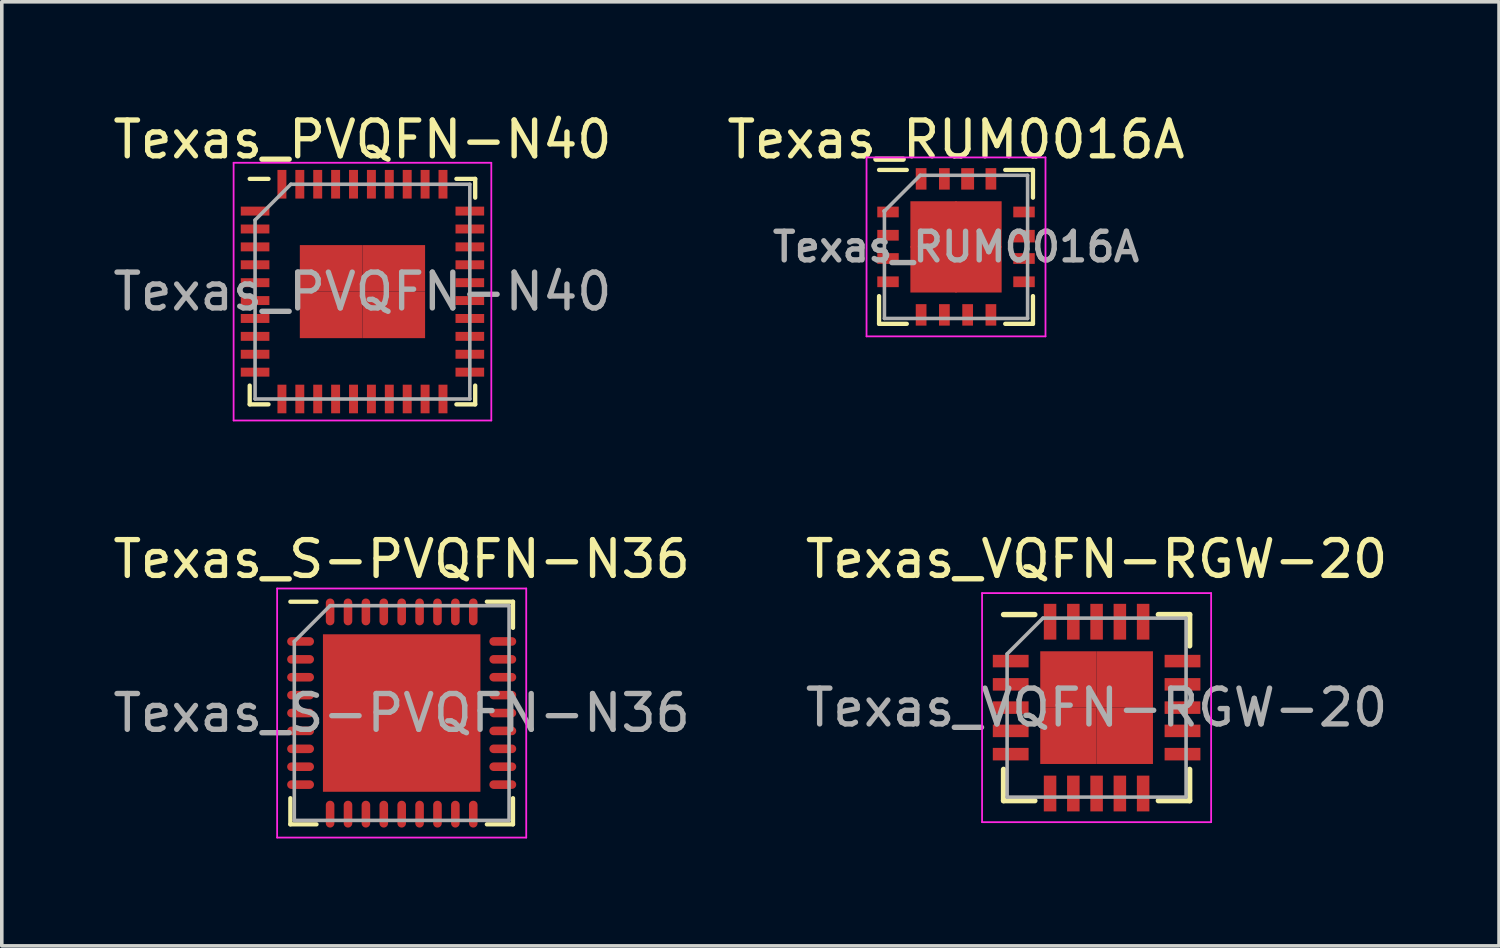
<source format=kicad_pcb>
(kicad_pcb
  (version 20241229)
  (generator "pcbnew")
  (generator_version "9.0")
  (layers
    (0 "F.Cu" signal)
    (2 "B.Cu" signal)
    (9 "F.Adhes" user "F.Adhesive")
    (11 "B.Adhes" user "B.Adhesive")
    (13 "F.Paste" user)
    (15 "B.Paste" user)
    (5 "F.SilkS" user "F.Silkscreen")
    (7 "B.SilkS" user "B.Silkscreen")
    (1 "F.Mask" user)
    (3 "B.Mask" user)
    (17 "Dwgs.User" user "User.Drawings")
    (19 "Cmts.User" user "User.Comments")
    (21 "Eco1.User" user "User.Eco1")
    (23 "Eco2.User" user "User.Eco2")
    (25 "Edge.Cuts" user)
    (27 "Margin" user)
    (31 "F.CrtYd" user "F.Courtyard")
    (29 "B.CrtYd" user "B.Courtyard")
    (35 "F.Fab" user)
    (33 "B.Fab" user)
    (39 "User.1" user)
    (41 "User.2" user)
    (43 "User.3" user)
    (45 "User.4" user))
  (footprint "Texas_RUM0016A"
    (layer "F.Cu")
    (at 23.661 3.848)
    (property "Reference" "Texas_RUM0016A" (at 0 -3 0) (layer "F.SilkS") (effects (font (size 1 1) (thickness 0.15))))
    (attr smd)
    (fp_line (start -2.15 -2.15) (end -1.375 -2.15) (stroke (width 0.12) (type solid)) (layer "F.SilkS"))
    (fp_line (start -2.15 2.15) (end -2.15 1.375) (stroke (width 0.12) (type solid)) (layer "F.SilkS"))
    (fp_line (start -2.15 2.15) (end -1.375 2.15) (stroke (width 0.12) (type solid)) (layer "F.SilkS"))
    (fp_line (start 2.15 -2.15) (end 1.375 -2.15) (stroke (width 0.12) (type solid)) (layer "F.SilkS"))
    (fp_line (start 2.15 -2.15) (end 2.15 -1.375) (stroke (width 0.12) (type solid)) (layer "F.SilkS"))
    (fp_line (start 2.15 2.15) (end 1.375 2.15) (stroke (width 0.12) (type solid)) (layer "F.SilkS"))
    (fp_line (start 2.15 2.15) (end 2.15 1.375) (stroke (width 0.12) (type solid)) (layer "F.SilkS"))
    (fp_line (start -2.5 -2.5) (end -2.5 2.5) (stroke (width 0.05) (type solid)) (layer "F.CrtYd"))
    (fp_line (start -2.5 -2.5) (end 2.5 -2.5) (stroke (width 0.05) (type solid)) (layer "F.CrtYd"))
    (fp_line (start -2.5 2.5) (end 2.5 2.5) (stroke (width 0.05) (type solid)) (layer "F.CrtYd"))
    (fp_line (start 2.5 -2.5) (end 2.5 2.5) (stroke (width 0.05) (type solid)) (layer "F.CrtYd"))
    (fp_line (start -2 -1) (end -2 -1) (stroke (width 0.12) (type solid)) (layer "F.Fab"))
    (fp_line (start -2 2) (end -2 -1) (stroke (width 0.1) (type solid)) (layer "F.Fab"))
    (fp_line (start -1 -2) (end -2 -1) (stroke (width 0.1) (type solid)) (layer "F.Fab"))
    (fp_line (start -1 -2) (end 2 -2) (stroke (width 0.1) (type solid)) (layer "F.Fab"))
    (fp_line (start 2 -2) (end 2 2) (stroke (width 0.1) (type solid)) (layer "F.Fab"))
    (fp_line (start 2 2) (end -2 2) (stroke (width 0.1) (type solid)) (layer "F.Fab"))
    (fp_text user "${REFERENCE}" (at 0 0 0) (layer "F.Fab") (effects (font (size 0.8 0.8) (thickness 0.15))))
    (pad "1" smd rect (at -1.9 -0.975) (size 0.6 0.3) (layers "F.Cu" "F.Mask" "F.Paste"))
    (pad "2" smd rect (at -1.9 -0.325) (size 0.6 0.3) (layers "F.Cu" "F.Mask" "F.Paste"))
    (pad "3" smd rect (at -1.9 0.325) (size 0.6 0.3) (layers "F.Cu" "F.Mask" "F.Paste"))
    (pad "4" smd rect (at -1.9 0.975) (size 0.6 0.3) (layers "F.Cu" "F.Mask" "F.Paste"))
    (pad "5" smd rect (at -0.975 1.9 90) (size 0.6 0.3) (layers "F.Cu" "F.Mask" "F.Paste"))
    (pad "6" smd rect (at -0.325 1.9 90) (size 0.6 0.3) (layers "F.Cu" "F.Mask" "F.Paste"))
    (pad "7" smd rect (at 0.325 1.9 90) (size 0.6 0.3) (layers "F.Cu" "F.Mask" "F.Paste"))
    (pad "8" smd rect (at 0.975 1.9 90) (size 0.6 0.3) (layers "F.Cu" "F.Mask" "F.Paste"))
    (pad "9" smd rect (at 1.9 0.975) (size 0.6 0.3) (layers "F.Cu" "F.Mask" "F.Paste"))
    (pad "10" smd rect (at 1.9 0.325) (size 0.6 0.3) (layers "F.Cu" "F.Mask" "F.Paste"))
    (pad "11" smd rect (at 1.9 -0.3) (size 0.6 0.35) (layers "F.Cu" "F.Mask" "F.Paste"))
    (pad "12" smd rect (at 1.9 -0.975) (size 0.6 0.3) (layers "F.Cu" "F.Mask" "F.Paste"))
    (pad "13" smd rect (at 0.975 -1.9 90) (size 0.6 0.3) (layers "F.Cu" "F.Mask" "F.Paste"))
    (pad "14" smd rect (at 0.325 -1.9 90) (size 0.6 0.36) (layers "F.Cu" "F.Mask" "F.Paste"))
    (pad "15" smd rect (at -0.325 -1.9 90) (size 0.6 0.3) (layers "F.Cu" "F.Mask" "F.Paste"))
    (pad "16" smd rect (at -0.975 -1.9 90) (size 0.6 0.3) (layers "F.Cu" "F.Mask" "F.Paste"))
    (pad "17" smd rect (at -0.625 -0.625) (size 1.3 1.3) (layers "F.Cu" "F.Mask" "F.Paste"))
    (pad "17" smd rect (at -0.625 0.625) (size 1.3 1.3) (layers "F.Cu" "F.Mask" "F.Paste"))
    (pad "17" smd rect (at 0.625 -0.625) (size 1.3 1.3) (layers "F.Cu" "F.Mask" "F.Paste"))
    (pad "17" smd rect (at 0.625 0.625) (size 1.3 1.3) (layers "F.Cu" "F.Mask" "F.Paste")))
  (footprint "Texas_VQFN-RGW-20"
    (layer "F.Cu")
    (at 27.589 16.721)
    (property "Reference" "Texas_VQFN-RGW-20" (at 0 -4.15 0) (layer "F.SilkS") (effects (font (size 1 1) (thickness 0.15))))
    (attr smd)
    (fp_line (start -2.6 -2.6) (end -1.725 -2.6) (stroke (width 0.15) (type solid)) (layer "F.SilkS"))
    (fp_line (start -2.6 2.6) (end -2.6 1.725) (stroke (width 0.15) (type solid)) (layer "F.SilkS"))
    (fp_line (start -2.6 2.6) (end -1.725 2.6) (stroke (width 0.15) (type solid)) (layer "F.SilkS"))
    (fp_line (start 2.6 -2.6) (end 1.725 -2.6) (stroke (width 0.15) (type solid)) (layer "F.SilkS"))
    (fp_line (start 2.6 -2.6) (end 2.6 -1.725) (stroke (width 0.15) (type solid)) (layer "F.SilkS"))
    (fp_line (start 2.6 2.6) (end 1.725 2.6) (stroke (width 0.15) (type solid)) (layer "F.SilkS"))
    (fp_line (start 2.6 2.6) (end 2.6 1.725) (stroke (width 0.15) (type solid)) (layer "F.SilkS"))
    (fp_line (start -3.2 -3.2) (end -3.2 3.2) (stroke (width 0.05) (type solid)) (layer "F.CrtYd"))
    (fp_line (start -3.2 -3.2) (end 3.2 -3.2) (stroke (width 0.05) (type solid)) (layer "F.CrtYd"))
    (fp_line (start -3.2 3.2) (end 3.2 3.2) (stroke (width 0.05) (type solid)) (layer "F.CrtYd"))
    (fp_line (start 3.2 -3.2) (end 3.2 3.2) (stroke (width 0.05) (type solid)) (layer "F.CrtYd"))
    (fp_line (start -2.5 -1.5) (end -1.5 -2.5) (stroke (width 0.1) (type solid)) (layer "F.Fab"))
    (fp_line (start -2.5 2.5) (end -2.5 -1.5) (stroke (width 0.1) (type solid)) (layer "F.Fab"))
    (fp_line (start -1.5 -2.5) (end 2.5 -2.5) (stroke (width 0.1) (type solid)) (layer "F.Fab"))
    (fp_line (start 2.5 -2.5) (end 2.5 2.5) (stroke (width 0.1) (type solid)) (layer "F.Fab"))
    (fp_line (start 2.5 2.5) (end -2.5 2.5) (stroke (width 0.1) (type solid)) (layer "F.Fab"))
    (fp_text user "${REFERENCE}" (at 0 0 0) (layer "F.Fab") (effects (font (size 1 1) (thickness 0.15))))
    (pad "1" smd rect (at -2.4 -1.3) (size 1 0.35) (layers "F.Cu" "F.Mask" "F.Paste"))
    (pad "2" smd rect (at -2.4 -0.65) (size 1 0.35) (layers "F.Cu" "F.Mask" "F.Paste"))
    (pad "3" smd rect (at -2.4 0) (size 1 0.35) (layers "F.Cu" "F.Mask" "F.Paste"))
    (pad "4" smd rect (at -2.4 0.65) (size 1 0.35) (layers "F.Cu" "F.Mask" "F.Paste"))
    (pad "5" smd rect (at -2.4 1.3) (size 1 0.35) (layers "F.Cu" "F.Mask" "F.Paste"))
    (pad "6" smd rect (at -1.3 2.4 90) (size 1 0.35) (layers "F.Cu" "F.Mask" "F.Paste"))
    (pad "7" smd rect (at -0.65 2.4 90) (size 1 0.35) (layers "F.Cu" "F.Mask" "F.Paste"))
    (pad "8" smd rect (at 0 2.4 90) (size 1 0.35) (layers "F.Cu" "F.Mask" "F.Paste"))
    (pad "9" smd rect (at 0.65 2.4 90) (size 1 0.35) (layers "F.Cu" "F.Mask" "F.Paste"))
    (pad "10" smd rect (at 1.3 2.4 90) (size 1 0.35) (layers "F.Cu" "F.Mask" "F.Paste"))
    (pad "11" smd rect (at 2.4 1.3) (size 1 0.35) (layers "F.Cu" "F.Mask" "F.Paste"))
    (pad "12" smd rect (at 2.4 0.65) (size 1 0.35) (layers "F.Cu" "F.Mask" "F.Paste"))
    (pad "13" smd rect (at 2.4 0) (size 1 0.35) (layers "F.Cu" "F.Mask" "F.Paste"))
    (pad "14" smd rect (at 2.4 -0.65) (size 1 0.35) (layers "F.Cu" "F.Mask" "F.Paste"))
    (pad "15" smd rect (at 2.4 -1.3) (size 1 0.35) (layers "F.Cu" "F.Mask" "F.Paste"))
    (pad "16" smd rect (at 1.3 -2.4 90) (size 1 0.35) (layers "F.Cu" "F.Mask" "F.Paste"))
    (pad "17" smd rect (at 0.65 -2.4 90) (size 1 0.35) (layers "F.Cu" "F.Mask" "F.Paste"))
    (pad "18" smd rect (at 0 -2.4 90) (size 1 0.35) (layers "F.Cu" "F.Mask" "F.Paste"))
    (pad "19" smd rect (at -0.65 -2.4 90) (size 1 0.35) (layers "F.Cu" "F.Mask" "F.Paste"))
    (pad "20" smd rect (at -1.3 -2.4 90) (size 1 0.35) (layers "F.Cu" "F.Mask" "F.Paste"))
    (pad "21" smd rect (at -0.787 -0.787) (size 1.575 1.575) (layers "F.Cu" "F.Mask" "F.Paste"))
    (pad "21" smd rect (at -0.787 0.787) (size 1.575 1.575) (layers "F.Cu" "F.Mask" "F.Paste"))
    (pad "21" smd rect (at 0.787 -0.787) (size 1.575 1.575) (layers "F.Cu" "F.Mask" "F.Paste"))
    (pad "21" smd rect (at 0.787 0.787) (size 1.575 1.575) (layers "F.Cu" "F.Mask" "F.Paste")))
  (footprint "Texas_S-PVQFN-N36"
    (layer "F.Cu")
    (at 8.173 16.872)
    (property "Reference" "Texas_S-PVQFN-N36" (at 0 -4.3 0) (layer "F.SilkS") (effects (font (size 1 1) (thickness 0.15))))
    (attr smd)
    (fp_line (start -3.11 3.11) (end -3.11 2.38) (stroke (width 0.12) (type solid)) (layer "F.SilkS"))
    (fp_line (start -3.11 3.11) (end -2.38 3.11) (stroke (width 0.12) (type solid)) (layer "F.SilkS"))
    (fp_line (start -2.38 -3.11) (end -3.11 -3.11) (stroke (width 0.12) (type solid)) (layer "F.SilkS"))
    (fp_line (start 3.11 -3.11) (end 2.38 -3.11) (stroke (width 0.12) (type solid)) (layer "F.SilkS"))
    (fp_line (start 3.11 -3.11) (end 3.11 -2.38) (stroke (width 0.12) (type solid)) (layer "F.SilkS"))
    (fp_line (start 3.11 3.11) (end 2.38 3.11) (stroke (width 0.12) (type solid)) (layer "F.SilkS"))
    (fp_line (start 3.11 3.11) (end 3.11 2.38) (stroke (width 0.12) (type solid)) (layer "F.SilkS"))
    (fp_line (start -3.48 -3.48) (end -3.48 3.48) (stroke (width 0.05) (type solid)) (layer "F.CrtYd"))
    (fp_line (start -3.48 -3.48) (end 3.48 -3.48) (stroke (width 0.05) (type solid)) (layer "F.CrtYd"))
    (fp_line (start -3.48 3.48) (end 3.48 3.48) (stroke (width 0.05) (type solid)) (layer "F.CrtYd"))
    (fp_line (start 3.48 -3.48) (end 3.48 3.48) (stroke (width 0.05) (type solid)) (layer "F.CrtYd"))
    (fp_line (start -3 -2) (end -2 -3) (stroke (width 0.1) (type solid)) (layer "F.Fab"))
    (fp_line (start -3 3) (end -3 -2) (stroke (width 0.1) (type solid)) (layer "F.Fab"))
    (fp_line (start -2 -3) (end 3 -3) (stroke (width 0.1) (type solid)) (layer "F.Fab"))
    (fp_line (start 3 -3) (end 3 3) (stroke (width 0.1) (type solid)) (layer "F.Fab"))
    (fp_line (start 3 3) (end -3 3) (stroke (width 0.1) (type solid)) (layer "F.Fab"))
    (fp_text user "${REFERENCE}" (at 0 0 0) (layer "F.Fab") (effects (font (size 1 1) (thickness 0.15))))
    (pad "" smd rect (at -1.43 -1.43) (size 1.23 1.23) (layers "F.Paste"))
    (pad "" smd rect (at -1.43 0) (size 1.23 1.23) (layers "F.Paste"))
    (pad "" smd rect (at -1.43 1.43) (size 1.23 1.23) (layers "F.Paste"))
    (pad "" smd rect (at 0 -1.43) (size 1.23 1.23) (layers "F.Paste"))
    (pad "" smd rect (at 0 0) (size 1.23 1.23) (layers "F.Paste"))
    (pad "" smd rect (at 0 1.43) (size 1.23 1.23) (layers "F.Paste"))
    (pad "" smd rect (at 1.43 -1.43) (size 1.23 1.23) (layers "F.Paste"))
    (pad "" smd rect (at 1.43 0) (size 1.23 1.23) (layers "F.Paste"))
    (pad "" smd rect (at 1.43 1.43) (size 1.23 1.23) (layers "F.Paste"))
    (pad "1" smd oval (at -2.825 -2) (size 0.75 0.24) (layers "F.Cu" "F.Mask" "F.Paste"))
    (pad "2" smd oval (at -2.825 -1.5) (size 0.75 0.24) (layers "F.Cu" "F.Mask" "F.Paste"))
    (pad "3" smd oval (at -2.825 -1) (size 0.75 0.24) (layers "F.Cu" "F.Mask" "F.Paste"))
    (pad "4" smd oval (at -2.825 -0.5) (size 0.75 0.24) (layers "F.Cu" "F.Mask" "F.Paste"))
    (pad "5" smd oval (at -2.825 0) (size 0.75 0.24) (layers "F.Cu" "F.Mask" "F.Paste"))
    (pad "6" smd oval (at -2.825 0.5) (size 0.75 0.24) (layers "F.Cu" "F.Mask" "F.Paste"))
    (pad "7" smd oval (at -2.825 1) (size 0.75 0.24) (layers "F.Cu" "F.Mask" "F.Paste"))
    (pad "8" smd oval (at -2.825 1.5) (size 0.75 0.24) (layers "F.Cu" "F.Mask" "F.Paste"))
    (pad "9" smd oval (at -2.825 2) (size 0.75 0.24) (layers "F.Cu" "F.Mask" "F.Paste"))
    (pad "10" smd oval (at -2 2.825 90) (size 0.75 0.24) (layers "F.Cu" "F.Mask" "F.Paste"))
    (pad "11" smd oval (at -1.5 2.825 90) (size 0.75 0.24) (layers "F.Cu" "F.Mask" "F.Paste"))
    (pad "12" smd oval (at -1 2.825 90) (size 0.75 0.24) (layers "F.Cu" "F.Mask" "F.Paste"))
    (pad "13" smd oval (at -0.5 2.825 90) (size 0.75 0.24) (layers "F.Cu" "F.Mask" "F.Paste"))
    (pad "14" smd oval (at 0 2.825 90) (size 0.75 0.24) (layers "F.Cu" "F.Mask" "F.Paste"))
    (pad "15" smd oval (at 0.5 2.825 90) (size 0.75 0.24) (layers "F.Cu" "F.Mask" "F.Paste"))
    (pad "16" smd oval (at 1 2.825 90) (size 0.75 0.24) (layers "F.Cu" "F.Mask" "F.Paste"))
    (pad "17" smd oval (at 1.5 2.825 90) (size 0.75 0.24) (layers "F.Cu" "F.Mask" "F.Paste"))
    (pad "18" smd oval (at 2 2.825 90) (size 0.75 0.24) (layers "F.Cu" "F.Mask" "F.Paste"))
    (pad "19" smd oval (at 2.825 2) (size 0.75 0.24) (layers "F.Cu" "F.Mask" "F.Paste"))
    (pad "20" smd oval (at 2.825 1.5) (size 0.75 0.24) (layers "F.Cu" "F.Mask" "F.Paste"))
    (pad "21" smd oval (at 2.825 1) (size 0.75 0.24) (layers "F.Cu" "F.Mask" "F.Paste"))
    (pad "22" smd oval (at 2.825 0.5) (size 0.75 0.24) (layers "F.Cu" "F.Mask" "F.Paste"))
    (pad "23" smd oval (at 2.825 0) (size 0.75 0.24) (layers "F.Cu" "F.Mask" "F.Paste"))
    (pad "24" smd oval (at 2.825 -0.5) (size 0.75 0.24) (layers "F.Cu" "F.Mask" "F.Paste"))
    (pad "25" smd oval (at 2.825 -1) (size 0.75 0.24) (layers "F.Cu" "F.Mask" "F.Paste"))
    (pad "26" smd oval (at 2.825 -1.5) (size 0.75 0.24) (layers "F.Cu" "F.Mask" "F.Paste"))
    (pad "27" smd oval (at 2.825 -2) (size 0.75 0.24) (layers "F.Cu" "F.Mask" "F.Paste"))
    (pad "28" smd oval (at 2 -2.825 90) (size 0.75 0.24) (layers "F.Cu" "F.Mask" "F.Paste"))
    (pad "29" smd oval (at 1.5 -2.825 90) (size 0.75 0.24) (layers "F.Cu" "F.Mask" "F.Paste"))
    (pad "30" smd oval (at 1 -2.825 90) (size 0.75 0.24) (layers "F.Cu" "F.Mask" "F.Paste"))
    (pad "31" smd oval (at 0.5 -2.825 90) (size 0.75 0.24) (layers "F.Cu" "F.Mask" "F.Paste"))
    (pad "32" smd oval (at 0 -2.825 90) (size 0.75 0.24) (layers "F.Cu" "F.Mask" "F.Paste"))
    (pad "33" smd oval (at -0.5 -2.825 90) (size 0.75 0.24) (layers "F.Cu" "F.Mask" "F.Paste"))
    (pad "34" smd oval (at -1 -2.825 90) (size 0.75 0.24) (layers "F.Cu" "F.Mask" "F.Paste"))
    (pad "35" smd oval (at -1.5 -2.825 90) (size 0.75 0.24) (layers "F.Cu" "F.Mask" "F.Paste"))
    (pad "36" smd oval (at -2 -2.825 90) (size 0.75 0.24) (layers "F.Cu" "F.Mask" "F.Paste"))
    (pad "37" smd rect (at 0 0) (size 4.4 4.4) (layers "F.Cu" "F.Mask")))
  (footprint "Texas_PVQFN-N40"
    (layer "F.Cu")
    (at 7.077 5.098)
    (property "Reference" "Texas_PVQFN-N40" (at 0 -4.25 0) (layer "F.SilkS") (effects (font (size 1 1) (thickness 0.15))))
    (attr smd)
    (fp_line (start -3.15 -3.15) (end -2.625 -3.15) (stroke (width 0.12) (type solid)) (layer "F.SilkS"))
    (fp_line (start -3.15 3.15) (end -3.15 2.625) (stroke (width 0.12) (type solid)) (layer "F.SilkS"))
    (fp_line (start -3.15 3.15) (end -2.625 3.15) (stroke (width 0.12) (type solid)) (layer "F.SilkS"))
    (fp_line (start 3.15 -3.15) (end 2.625 -3.15) (stroke (width 0.12) (type solid)) (layer "F.SilkS"))
    (fp_line (start 3.15 -3.15) (end 3.15 -2.625) (stroke (width 0.12) (type solid)) (layer "F.SilkS"))
    (fp_line (start 3.15 3.15) (end 2.625 3.15) (stroke (width 0.12) (type solid)) (layer "F.SilkS"))
    (fp_line (start 3.15 3.15) (end 3.15 2.625) (stroke (width 0.12) (type solid)) (layer "F.SilkS"))
    (fp_line (start -3.6 -3.6) (end -3.6 3.6) (stroke (width 0.05) (type solid)) (layer "F.CrtYd"))
    (fp_line (start -3.6 -3.6) (end 3.6 -3.6) (stroke (width 0.05) (type solid)) (layer "F.CrtYd"))
    (fp_line (start -3.6 3.6) (end 3.6 3.6) (stroke (width 0.05) (type solid)) (layer "F.CrtYd"))
    (fp_line (start 3.6 -3.6) (end 3.6 3.6) (stroke (width 0.05) (type solid)) (layer "F.CrtYd"))
    (fp_line (start -3 3) (end -3 -2) (stroke (width 0.1) (type solid)) (layer "F.Fab"))
    (fp_line (start -2 -3) (end -3 -2) (stroke (width 0.1) (type solid)) (layer "F.Fab"))
    (fp_line (start -2 -3) (end 3 -3) (stroke (width 0.1) (type solid)) (layer "F.Fab"))
    (fp_line (start 3 -3) (end 3 3) (stroke (width 0.1) (type solid)) (layer "F.Fab"))
    (fp_line (start 3 3) (end -3 3) (stroke (width 0.1) (type solid)) (layer "F.Fab"))
    (fp_text user "${REFERENCE}" (at 0 0 0) (layer "F.Fab") (effects (font (size 1 1) (thickness 0.15))))
    (pad "1" smd rect (at -3 -2.25) (size 0.8 0.25) (layers "F.Cu" "F.Mask" "F.Paste"))
    (pad "2" smd rect (at -3 -1.75) (size 0.8 0.25) (layers "F.Cu" "F.Mask" "F.Paste"))
    (pad "3" smd rect (at -3 -1.25) (size 0.8 0.25) (layers "F.Cu" "F.Mask" "F.Paste"))
    (pad "4" smd rect (at -3 -0.75) (size 0.8 0.25) (layers "F.Cu" "F.Mask" "F.Paste"))
    (pad "5" smd rect (at -3 -0.25) (size 0.8 0.25) (layers "F.Cu" "F.Mask" "F.Paste"))
    (pad "6" smd rect (at -3 0.25) (size 0.8 0.25) (layers "F.Cu" "F.Mask" "F.Paste"))
    (pad "7" smd rect (at -3 0.75) (size 0.8 0.25) (layers "F.Cu" "F.Mask" "F.Paste"))
    (pad "8" smd rect (at -3 1.25) (size 0.8 0.25) (layers "F.Cu" "F.Mask" "F.Paste"))
    (pad "9" smd rect (at -3 1.75) (size 0.8 0.25) (layers "F.Cu" "F.Mask" "F.Paste"))
    (pad "10" smd rect (at -3 2.25) (size 0.8 0.25) (layers "F.Cu" "F.Mask" "F.Paste"))
    (pad "11" smd rect (at -2.25 3 90) (size 0.8 0.25) (layers "F.Cu" "F.Mask" "F.Paste"))
    (pad "12" smd rect (at -1.75 3 90) (size 0.8 0.25) (layers "F.Cu" "F.Mask" "F.Paste"))
    (pad "13" smd rect (at -1.25 3 90) (size 0.8 0.25) (layers "F.Cu" "F.Mask" "F.Paste"))
    (pad "14" smd rect (at -0.75 3 90) (size 0.8 0.25) (layers "F.Cu" "F.Mask" "F.Paste"))
    (pad "15" smd rect (at -0.25 3 90) (size 0.8 0.25) (layers "F.Cu" "F.Mask" "F.Paste"))
    (pad "16" smd rect (at 0.25 3 90) (size 0.8 0.25) (layers "F.Cu" "F.Mask" "F.Paste"))
    (pad "17" smd rect (at 0.75 3 90) (size 0.8 0.25) (layers "F.Cu" "F.Mask" "F.Paste"))
    (pad "18" smd rect (at 1.25 3 90) (size 0.8 0.25) (layers "F.Cu" "F.Mask" "F.Paste"))
    (pad "19" smd rect (at 1.75 3 90) (size 0.8 0.25) (layers "F.Cu" "F.Mask" "F.Paste"))
    (pad "20" smd rect (at 2.25 3 90) (size 0.8 0.25) (layers "F.Cu" "F.Mask" "F.Paste"))
    (pad "21" smd rect (at 3 2.25) (size 0.8 0.25) (layers "F.Cu" "F.Mask" "F.Paste"))
    (pad "22" smd rect (at 3 1.75) (size 0.8 0.25) (layers "F.Cu" "F.Mask" "F.Paste"))
    (pad "23" smd rect (at 3 1.25) (size 0.8 0.25) (layers "F.Cu" "F.Mask" "F.Paste"))
    (pad "24" smd rect (at 3 0.75) (size 0.8 0.25) (layers "F.Cu" "F.Mask" "F.Paste"))
    (pad "25" smd rect (at 3 0.25) (size 0.8 0.25) (layers "F.Cu" "F.Mask" "F.Paste"))
    (pad "26" smd rect (at 3 -0.25) (size 0.8 0.25) (layers "F.Cu" "F.Mask" "F.Paste"))
    (pad "27" smd rect (at 3 -0.75) (size 0.8 0.25) (layers "F.Cu" "F.Mask" "F.Paste"))
    (pad "28" smd rect (at 3 -1.25) (size 0.8 0.25) (layers "F.Cu" "F.Mask" "F.Paste"))
    (pad "29" smd rect (at 3 -1.75) (size 0.8 0.25) (layers "F.Cu" "F.Mask" "F.Paste"))
    (pad "30" smd rect (at 3 -2.25) (size 0.8 0.25) (layers "F.Cu" "F.Mask" "F.Paste"))
    (pad "31" smd rect (at 2.25 -3 90) (size 0.8 0.25) (layers "F.Cu" "F.Mask" "F.Paste"))
    (pad "32" smd rect (at 1.75 -3 90) (size 0.8 0.25) (layers "F.Cu" "F.Mask" "F.Paste"))
    (pad "33" smd rect (at 1.25 -3 90) (size 0.8 0.25) (layers "F.Cu" "F.Mask" "F.Paste"))
    (pad "34" smd rect (at 0.75 -3 90) (size 0.8 0.25) (layers "F.Cu" "F.Mask" "F.Paste"))
    (pad "35" smd rect (at 0.25 -3 90) (size 0.8 0.25) (layers "F.Cu" "F.Mask" "F.Paste"))
    (pad "36" smd rect (at -0.25 -3 90) (size 0.8 0.25) (layers "F.Cu" "F.Mask" "F.Paste"))
    (pad "37" smd rect (at -0.75 -3 90) (size 0.8 0.25) (layers "F.Cu" "F.Mask" "F.Paste"))
    (pad "38" smd rect (at -1.25 -3 90) (size 0.8 0.25) (layers "F.Cu" "F.Mask" "F.Paste"))
    (pad "39" smd rect (at -1.75 -3 90) (size 0.8 0.25) (layers "F.Cu" "F.Mask" "F.Paste"))
    (pad "40" smd rect (at -2.25 -3 90) (size 0.8 0.25) (layers "F.Cu" "F.Mask" "F.Paste"))
    (pad "41" smd rect (at -0.875 -0.65 90) (size 1.3 1.75) (layers "F.Cu" "F.Mask" "F.Paste"))
    (pad "41" smd rect (at -0.875 0.65 90) (size 1.3 1.75) (layers "F.Cu" "F.Mask" "F.Paste"))
    (pad "41" smd rect (at 0.875 -0.65 90) (size 1.3 1.75) (layers "F.Cu" "F.Mask" "F.Paste"))
    (pad "41" smd rect (at 0.875 0.65 90) (size 1.3 1.75) (layers "F.Cu" "F.Mask" "F.Paste")))
  (gr_rect
    (start -3 -3)
    (end 38.833 23.377)
    (stroke (width 0.1) (type default))
    (fill no)
    (layer "Edge.Cuts")))
</source>
